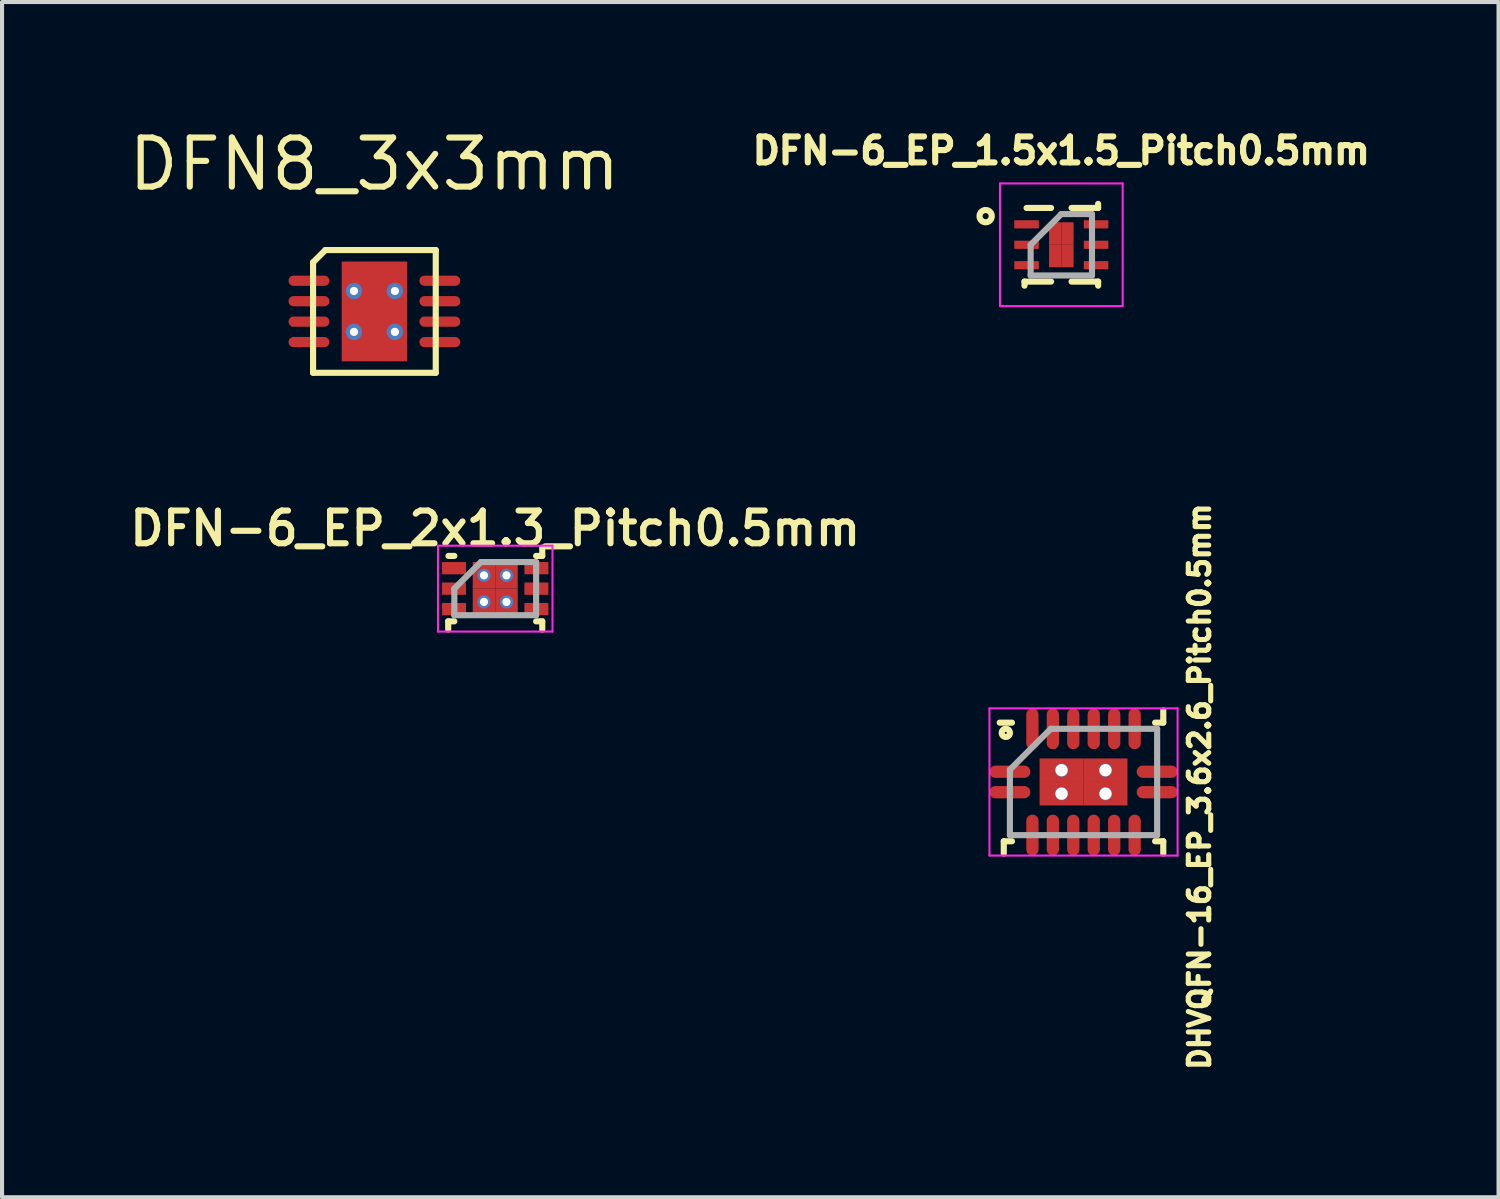
<source format=kicad_pcb>
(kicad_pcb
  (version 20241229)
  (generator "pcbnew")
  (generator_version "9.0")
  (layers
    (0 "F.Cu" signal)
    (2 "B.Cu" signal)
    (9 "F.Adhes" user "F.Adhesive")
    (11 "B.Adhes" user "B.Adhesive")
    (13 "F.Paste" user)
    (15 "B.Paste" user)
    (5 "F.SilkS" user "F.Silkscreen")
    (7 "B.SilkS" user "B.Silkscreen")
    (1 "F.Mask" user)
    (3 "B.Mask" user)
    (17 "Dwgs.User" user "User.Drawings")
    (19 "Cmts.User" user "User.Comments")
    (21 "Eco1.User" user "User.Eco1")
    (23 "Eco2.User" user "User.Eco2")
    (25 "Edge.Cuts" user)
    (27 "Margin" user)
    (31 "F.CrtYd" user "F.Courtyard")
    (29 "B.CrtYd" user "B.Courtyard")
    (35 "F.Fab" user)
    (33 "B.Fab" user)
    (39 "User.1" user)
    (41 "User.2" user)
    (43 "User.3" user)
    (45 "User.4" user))
  (footprint "DHVQFN-16_EP_3.6x2.6_Pitch0.5mm"
    (layer "F.Cu")
    (at 23.444 16.07)
    (property "Reference" "DHVQFN-16_EP_3.6x2.6_Pitch0.5mm" (at 2.837 0.113 90) (layer "F.SilkS") (effects (font (size 0.5 0.5) (thickness 0.125))))
    (attr smd)
    (fp_line (start -1.95 1.45) (end -1.95 1.75) (stroke (width 0.15) (type solid)) (layer "F.SilkS"))
    (fp_line (start -1.75 -1.45) (end -2.05 -1.45) (stroke (width 0.15) (type solid)) (layer "F.SilkS"))
    (fp_line (start -1.75 1.45) (end -1.95 1.45) (stroke (width 0.15) (type solid)) (layer "F.SilkS"))
    (fp_line (start 1.75 -1.45) (end 1.95 -1.45) (stroke (width 0.15) (type solid)) (layer "F.SilkS"))
    (fp_line (start 1.75 1.45) (end 1.95 1.45) (stroke (width 0.15) (type solid)) (layer "F.SilkS"))
    (fp_line (start 1.95 -1.45) (end 1.95 -1.75) (stroke (width 0.15) (type solid)) (layer "F.SilkS"))
    (fp_line (start 1.95 1.45) (end 1.95 1.75) (stroke (width 0.15) (type solid)) (layer "F.SilkS"))
    (fp_circle (center -1.9 -1.2) (end -1.9 -1.1) (stroke (width 0.15) (type solid)) (fill no) (layer "F.SilkS"))
    (fp_line (start -2.3 -1.8) (end 2.3 -1.8) (stroke (width 0.05) (type solid)) (layer "F.CrtYd"))
    (fp_line (start -2.3 1.8) (end -2.3 -1.8) (stroke (width 0.05) (type solid)) (layer "F.CrtYd"))
    (fp_line (start 2.3 -1.8) (end 2.3 1.8) (stroke (width 0.05) (type solid)) (layer "F.CrtYd"))
    (fp_line (start 2.3 1.8) (end -2.3 1.8) (stroke (width 0.05) (type solid)) (layer "F.CrtYd"))
    (fp_line (start -1.8 -0.3) (end -1.8 1.3) (stroke (width 0.15) (type solid)) (layer "F.Fab"))
    (fp_line (start -1.8 1.3) (end 1.8 1.3) (stroke (width 0.15) (type solid)) (layer "F.Fab"))
    (fp_line (start -0.8 -1.3) (end -1.8 -0.3) (stroke (width 0.15) (type solid)) (layer "F.Fab"))
    (fp_line (start 1.8 -1.3) (end -0.8 -1.3) (stroke (width 0.15) (type solid)) (layer "F.Fab"))
    (fp_line (start 1.8 1.3) (end 1.8 -1.3) (stroke (width 0.15) (type solid)) (layer "F.Fab"))
    (pad "1" smd oval (at -1.8 0.25 90) (size 0.3 1) (layers "F.Cu" "F.Mask" "F.Paste"))
    (pad "2" smd oval (at -1.25 1.3) (size 0.3 1) (layers "F.Cu" "F.Mask" "F.Paste"))
    (pad "3" smd oval (at -0.75 1.3) (size 0.3 1) (layers "F.Cu" "F.Mask" "F.Paste"))
    (pad "4" smd oval (at -0.25 1.3) (size 0.3 1) (layers "F.Cu" "F.Mask" "F.Paste"))
    (pad "5" smd oval (at 0.25 1.3) (size 0.3 1) (layers "F.Cu" "F.Mask" "F.Paste"))
    (pad "6" smd oval (at 0.75 1.3) (size 0.3 1) (layers "F.Cu" "F.Mask" "F.Paste"))
    (pad "7" smd oval (at 1.25 1.3) (size 0.3 1) (layers "F.Cu" "F.Mask" "F.Paste"))
    (pad "8" smd oval (at 1.8 0.25 90) (size 0.3 1) (layers "F.Cu" "F.Mask" "F.Paste"))
    (pad "9" smd oval (at 1.8 -0.25 90) (size 0.3 1) (layers "F.Cu" "F.Mask" "F.Paste"))
    (pad "10" smd oval (at 1.25 -1.3) (size 0.3 1) (layers "F.Cu" "F.Mask" "F.Paste"))
    (pad "11" smd oval (at 0.75 -1.3) (size 0.3 1) (layers "F.Cu" "F.Mask" "F.Paste"))
    (pad "12" smd oval (at 0.25 -1.3) (size 0.3 1) (layers "F.Cu" "F.Mask" "F.Paste"))
    (pad "13" smd oval (at -0.25 -1.3) (size 0.3 1) (layers "F.Cu" "F.Mask" "F.Paste"))
    (pad "14" smd oval (at -0.75 -1.3) (size 0.3 1) (layers "F.Cu" "F.Mask" "F.Paste"))
    (pad "15" smd oval (at -1.25 -1.3) (size 0.3 1) (layers "F.Cu" "F.Mask" "F.Paste"))
    (pad "16" smd oval (at -1.8 -0.25 90) (size 0.3 1) (layers "F.Cu" "F.Mask" "F.Paste"))
    (pad "17" thru_hole circle (at -0.537 -0.287) (size 0.325 0.325) (drill 0.3) (layers "*.Cu" "*.Mask"))
    (pad "17" smd rect (at -0.537 -0.287) (size 1.075 0.575) (layers "F.Cu" "F.Mask" "F.Paste"))
    (pad "17" thru_hole circle (at -0.537 0.287) (size 0.325 0.325) (drill 0.3) (layers "*.Cu" "*.Mask"))
    (pad "17" smd rect (at -0.537 0.287) (size 1.075 0.575) (layers "F.Cu" "F.Mask" "F.Paste"))
    (pad "17" thru_hole circle (at 0.537 -0.287) (size 0.325 0.325) (drill 0.3) (layers "*.Cu" "*.Mask"))
    (pad "17" smd rect (at 0.537 -0.287) (size 1.075 0.575) (layers "F.Cu" "F.Mask" "F.Paste"))
    (pad "17" thru_hole circle (at 0.537 0.287) (size 0.325 0.325) (drill 0.3) (layers "*.Cu" "*.Mask"))
    (pad "17" smd rect (at 0.537 0.287) (size 1.075 0.575) (layers "F.Cu" "F.Mask" "F.Paste")))
  (footprint "DFN-6_EP_1.5x1.5_Pitch0.5mm"
    (layer "F.Cu")
    (at 22.901 2.935)
    (property "Reference" "DFN-6_EP_1.5x1.5_Pitch0.5mm" (at 0 -2.3 0) (layer "F.SilkS") (effects (font (size 0.635 0.635) (thickness 0.15))))
    (attr smd)
    (fp_line (start -0.9 0.9) (end -0.9 1) (stroke (width 0.15) (type solid)) (layer "F.SilkS"))
    (fp_line (start -0.25 -0.9) (end -0.85 -0.9) (stroke (width 0.15) (type solid)) (layer "F.SilkS"))
    (fp_line (start -0.25 0.9) (end -0.9 0.9) (stroke (width 0.15) (type solid)) (layer "F.SilkS"))
    (fp_line (start 0.25 -0.9) (end 0.9 -0.9) (stroke (width 0.15) (type solid)) (layer "F.SilkS"))
    (fp_line (start 0.25 0.9) (end 0.9 0.9) (stroke (width 0.15) (type solid)) (layer "F.SilkS"))
    (fp_line (start 0.9 -0.9) (end 0.9 -1) (stroke (width 0.15) (type solid)) (layer "F.SilkS"))
    (fp_line (start 0.9 0.9) (end 0.9 1) (stroke (width 0.15) (type solid)) (layer "F.SilkS"))
    (fp_circle (center -1.85 -0.7) (end -1.85 -0.55) (stroke (width 0.15) (type solid)) (fill no) (layer "F.SilkS"))
    (fp_line (start -1.5 -1.5) (end 1.5 -1.5) (stroke (width 0.05) (type solid)) (layer "F.CrtYd"))
    (fp_line (start -1.5 1.5) (end -1.5 -1.5) (stroke (width 0.05) (type solid)) (layer "F.CrtYd"))
    (fp_line (start 1.5 -1.5) (end 1.5 1.5) (stroke (width 0.05) (type solid)) (layer "F.CrtYd"))
    (fp_line (start 1.5 1.5) (end -1.5 1.5) (stroke (width 0.05) (type solid)) (layer "F.CrtYd"))
    (fp_line (start -0.75 0) (end -0.75 0.75) (stroke (width 0.15) (type solid)) (layer "F.Fab"))
    (fp_line (start -0.75 0.75) (end 0.75 0.75) (stroke (width 0.15) (type solid)) (layer "F.Fab"))
    (fp_line (start 0 -0.75) (end -0.75 0) (stroke (width 0.15) (type solid)) (layer "F.Fab"))
    (fp_line (start 0.75 -0.75) (end 0 -0.75) (stroke (width 0.15) (type solid)) (layer "F.Fab"))
    (fp_line (start 0.75 0.75) (end 0.75 -0.75) (stroke (width 0.15) (type solid)) (layer "F.Fab"))
    (pad "1" smd rect (at -0.85 -0.5 90) (size 0.2 0.6) (layers "F.Cu" "F.Mask" "F.Paste"))
    (pad "2" smd rect (at -0.85 0 90) (size 0.2 0.6) (layers "F.Cu" "F.Mask" "F.Paste"))
    (pad "3" smd rect (at -0.85 0.5 90) (size 0.2 0.6) (layers "F.Cu" "F.Mask" "F.Paste"))
    (pad "4" smd rect (at 0.85 0.5 90) (size 0.2 0.6) (layers "F.Cu" "F.Mask" "F.Paste"))
    (pad "5" smd rect (at 0.85 0 90) (size 0.2 0.6) (layers "F.Cu" "F.Mask" "F.Paste"))
    (pad "6" smd rect (at 0.85 -0.5 90) (size 0.2 0.6) (layers "F.Cu" "F.Mask" "F.Paste"))
    (pad "7" smd rect (at -0.15 -0.275) (size 0.3 0.55) (layers "F.Cu" "F.Mask" "F.Paste"))
    (pad "7" smd rect (at -0.15 0.275) (size 0.3 0.55) (layers "F.Cu" "F.Mask" "F.Paste"))
    (pad "7" smd rect (at 0.15 -0.275) (size 0.3 0.55) (layers "F.Cu" "F.Mask" "F.Paste"))
    (pad "7" smd rect (at 0.15 0.275) (size 0.3 0.55) (layers "F.Cu" "F.Mask" "F.Paste")))
  (footprint "DFN-6_EP_2x1.3_Pitch0.5mm"
    (layer "F.Cu")
    (at 9.059 11.343)
    (property "Reference" "DFN-6_EP_2x1.3_Pitch0.5mm" (at 0 -1.472 0) (layer "F.SilkS") (effects (font (size 0.8 0.8) (thickness 0.15))))
    (attr smd)
    (fp_line (start -1.15 0.8) (end -1.15 1) (stroke (width 0.15) (type solid)) (layer "F.SilkS"))
    (fp_line (start -1 -0.8) (end -1.143 -0.8) (stroke (width 0.15) (type solid)) (layer "F.SilkS"))
    (fp_line (start -1 0.8) (end -1.15 0.8) (stroke (width 0.15) (type solid)) (layer "F.SilkS"))
    (fp_line (start 1 -0.8) (end 1.15 -0.8) (stroke (width 0.15) (type solid)) (layer "F.SilkS"))
    (fp_line (start 1 0.8) (end 1.15 0.8) (stroke (width 0.15) (type solid)) (layer "F.SilkS"))
    (fp_line (start 1.15 -0.8) (end 1.15 -1) (stroke (width 0.15) (type solid)) (layer "F.SilkS"))
    (fp_line (start 1.15 0.8) (end 1.15 1) (stroke (width 0.15) (type solid)) (layer "F.SilkS"))
    (fp_line (start -1.4 -1.05) (end 1.4 -1.05) (stroke (width 0.05) (type solid)) (layer "F.CrtYd"))
    (fp_line (start -1.4 1.05) (end -1.4 -1.05) (stroke (width 0.05) (type solid)) (layer "F.CrtYd"))
    (fp_line (start 1.4 -1.05) (end 1.4 1.05) (stroke (width 0.05) (type solid)) (layer "F.CrtYd"))
    (fp_line (start 1.4 1.05) (end -1.4 1.05) (stroke (width 0.05) (type solid)) (layer "F.CrtYd"))
    (fp_line (start -1 0) (end -1 0.65) (stroke (width 0.15) (type solid)) (layer "F.Fab"))
    (fp_line (start -1 0.65) (end 1 0.65) (stroke (width 0.15) (type solid)) (layer "F.Fab"))
    (fp_line (start -0.35 -0.65) (end -1 0) (stroke (width 0.15) (type solid)) (layer "F.Fab"))
    (fp_line (start 1 -0.65) (end -0.35 -0.65) (stroke (width 0.15) (type solid)) (layer "F.Fab"))
    (fp_line (start 1 0.65) (end 1 -0.65) (stroke (width 0.15) (type solid)) (layer "F.Fab"))
    (pad "1" smd rect (at -1.007 -0.5 90) (size 0.3 0.586) (layers "F.Cu" "F.Mask" "F.Paste"))
    (pad "2" smd rect (at -1.007 0 90) (size 0.3 0.586) (layers "F.Cu" "F.Mask" "F.Paste"))
    (pad "3" smd rect (at -1.007 0.5 90) (size 0.3 0.586) (layers "F.Cu" "F.Mask" "F.Paste"))
    (pad "4" smd rect (at 1.007 0.5 90) (size 0.3 0.586) (layers "F.Cu" "F.Mask" "F.Paste"))
    (pad "5" smd rect (at 1.007 0 90) (size 0.3 0.586) (layers "F.Cu" "F.Mask" "F.Paste"))
    (pad "6" smd rect (at 1.007 -0.5 90) (size 0.3 0.586) (layers "F.Cu" "F.Mask" "F.Paste"))
    (pad "7" thru_hole circle (at -0.275 -0.325) (size 0.325 0.325) (drill 0.2) (layers "*.Cu" "*.Mask"))
    (pad "7" smd rect (at -0.275 -0.325) (size 0.55 0.65) (layers "F.Cu" "F.Mask" "F.Paste"))
    (pad "7" thru_hole circle (at -0.275 0.325) (size 0.325 0.325) (drill 0.2) (layers "*.Cu" "*.Mask"))
    (pad "7" smd rect (at -0.275 0.325) (size 0.55 0.65) (layers "F.Cu" "F.Mask" "F.Paste"))
    (pad "7" thru_hole circle (at 0.275 -0.325) (size 0.325 0.325) (drill 0.2) (layers "*.Cu" "*.Mask"))
    (pad "7" smd rect (at 0.275 -0.325) (size 0.55 0.65) (layers "F.Cu" "F.Mask" "F.Paste"))
    (pad "7" thru_hole circle (at 0.275 0.325) (size 0.325 0.325) (drill 0.2) (layers "*.Cu" "*.Mask"))
    (pad "7" smd rect (at 0.275 0.325) (size 0.55 0.65) (layers "F.Cu" "F.Mask" "F.Paste")))
  (footprint "DFN8_3x3mm"
    (layer "F.Cu")
    (at 6.105 4.565)
    (property "Reference" "DFN8_3x3mm" (at 0 -3.6 0) (layer "F.SilkS") (effects (font (size 1.2 1.2) (thickness 0.15))))
    (attr through_hole)
    (fp_line (start -1.5 -1.2) (end -1.5 1.5) (stroke (width 0.15) (type solid)) (layer "F.SilkS"))
    (fp_line (start -1.5 1.5) (end 1.5 1.5) (stroke (width 0.15) (type solid)) (layer "F.SilkS"))
    (fp_line (start -1.2 -1.5) (end -1.5 -1.2) (stroke (width 0.15) (type solid)) (layer "F.SilkS"))
    (fp_line (start 1.5 -1.5) (end -1.2 -1.5) (stroke (width 0.15) (type solid)) (layer "F.SilkS"))
    (fp_line (start 1.5 1.5) (end 1.5 -1.5) (stroke (width 0.15) (type solid)) (layer "F.SilkS"))
    (pad "" smd rect (at -0.5 -0.517) (size 0.566 0.863) (layers "F.Paste"))
    (pad "" smd rect (at -0.5 0.517) (size 0.566 0.863) (layers "F.Paste"))
    (pad "" smd rect (at 0.5 -0.517) (size 0.566 0.863) (layers "F.Paste"))
    (pad "" smd rect (at 0.5 0.517) (size 0.566 0.863) (layers "F.Paste"))
    (pad "1" smd oval (at -1.6 -0.75) (size 1 0.25) (layers "F.Cu" "F.Mask" "F.Paste"))
    (pad "2" smd oval (at -1.6 -0.25) (size 1 0.25) (layers "F.Cu" "F.Mask" "F.Paste"))
    (pad "3" smd oval (at -1.6 0.25) (size 1 0.25) (layers "F.Cu" "F.Mask" "F.Paste"))
    (pad "4" smd oval (at -1.6 0.75) (size 1 0.25) (layers "F.Cu" "F.Mask" "F.Paste"))
    (pad "5" smd oval (at 1.6 0.75) (size 1 0.25) (layers "F.Cu" "F.Mask" "F.Paste"))
    (pad "6" smd oval (at 1.6 0.25) (size 1 0.25) (layers "F.Cu" "F.Mask" "F.Paste"))
    (pad "7" smd oval (at 1.6 -0.25) (size 1 0.25) (layers "F.Cu" "F.Mask" "F.Paste"))
    (pad "8" smd oval (at 1.6 -0.75) (size 1 0.25) (layers "F.Cu" "F.Mask" "F.Paste"))
    (pad "9" thru_hole circle (at -0.5 -0.5) (size 0.4 0.4) (drill 0.2) (layers "*.Cu" "*.Mask"))
    (pad "9" thru_hole circle (at -0.5 0.5) (size 0.4 0.4) (drill 0.2) (layers "*.Cu" "*.Mask"))
    (pad "9" smd rect (at 0 0) (size 1.6 2.44) (layers "F.Cu" "F.Mask"))
    (pad "9" thru_hole circle (at 0.5 -0.5) (size 0.4 0.4) (drill 0.2) (layers "*.Cu" "*.Mask"))
    (pad "9" thru_hole circle (at 0.5 0.5) (size 0.4 0.4) (drill 0.2) (layers "*.Cu" "*.Mask")))
  (gr_rect
    (start -3 -3)
    (end 33.592 26.225)
    (stroke (width 0.1) (type default))
    (fill no)
    (layer "Edge.Cuts")))
</source>
